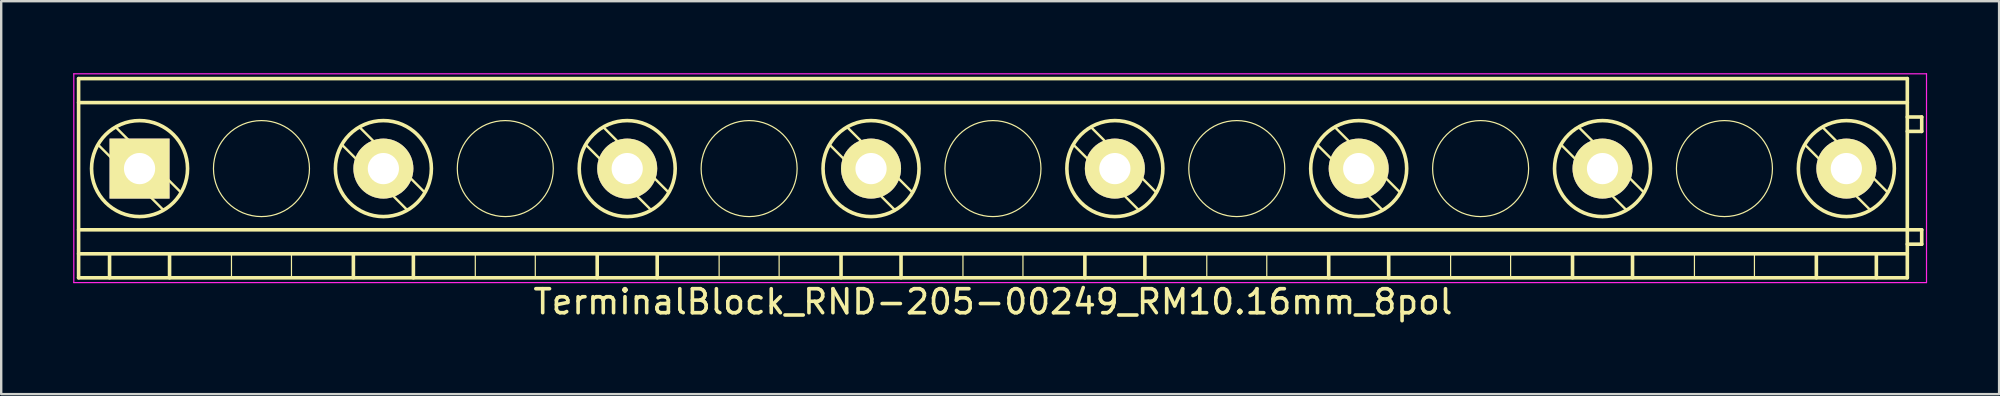
<source format=kicad_pcb>
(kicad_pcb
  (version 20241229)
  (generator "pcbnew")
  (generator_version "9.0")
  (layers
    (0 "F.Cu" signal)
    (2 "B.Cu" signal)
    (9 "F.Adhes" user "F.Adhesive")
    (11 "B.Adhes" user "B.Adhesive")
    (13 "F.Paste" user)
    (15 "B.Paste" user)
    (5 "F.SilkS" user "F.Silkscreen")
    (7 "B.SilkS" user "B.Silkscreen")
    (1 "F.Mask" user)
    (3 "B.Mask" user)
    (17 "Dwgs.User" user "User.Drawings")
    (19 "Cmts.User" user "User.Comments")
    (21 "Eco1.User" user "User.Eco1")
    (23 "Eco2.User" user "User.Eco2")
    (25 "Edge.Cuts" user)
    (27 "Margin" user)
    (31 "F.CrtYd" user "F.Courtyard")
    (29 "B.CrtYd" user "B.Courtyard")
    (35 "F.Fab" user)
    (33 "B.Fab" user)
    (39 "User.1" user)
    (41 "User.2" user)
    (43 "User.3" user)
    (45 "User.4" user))
  (footprint "TerminalBlock_RND-205-00249_RM10.16mm_8pol"
    (layer "F.Cu")
    (at 2.765 3.975)
    (property "Reference" "TerminalBlock_RND-205-00249_RM10.16mm_8pol" (at 35.56 5.55 0) (layer "F.SilkS") (effects (font (size 1 1) (thickness 0.15))))
    (attr through_hole)
    (fp_line (start -2.54 -3.75) (end 73.66 -3.75) (stroke (width 0.15) (type solid)) (layer "F.SilkS"))
    (fp_line (start -2.54 -2.75) (end 73.66 -2.75) (stroke (width 0.15) (type solid)) (layer "F.SilkS"))
    (fp_line (start -2.54 2.55) (end 73.66 2.55) (stroke (width 0.15) (type solid)) (layer "F.SilkS"))
    (fp_line (start -2.54 3.55) (end 73.66 3.55) (stroke (width 0.15) (type solid)) (layer "F.SilkS"))
    (fp_line (start -2.54 4.55) (end -2.54 -3.75) (stroke (width 0.15) (type solid)) (layer "F.SilkS"))
    (fp_line (start -1.25 3.55) (end -1.25 4.55) (stroke (width 0.15) (type solid)) (layer "F.SilkS"))
    (fp_line (start 1 1.732) (end -1.732 -1) (stroke (width 0.1) (type solid)) (layer "F.SilkS"))
    (fp_line (start 1.25 3.55) (end 1.25 4.55) (stroke (width 0.15) (type solid)) (layer "F.SilkS"))
    (fp_line (start 1.732 1) (end -1 -1.732) (stroke (width 0.1) (type solid)) (layer "F.SilkS"))
    (fp_line (start 3.83 3.55) (end 3.83 4.55) (stroke (width 0.05) (type solid)) (layer "F.SilkS"))
    (fp_line (start 6.33 3.55) (end 6.33 4.55) (stroke (width 0.05) (type solid)) (layer "F.SilkS"))
    (fp_line (start 8.91 3.55) (end 8.91 4.55) (stroke (width 0.15) (type solid)) (layer "F.SilkS"))
    (fp_line (start 11.16 1.732) (end 8.428 -1) (stroke (width 0.1) (type solid)) (layer "F.SilkS"))
    (fp_line (start 11.41 3.55) (end 11.41 4.55) (stroke (width 0.15) (type solid)) (layer "F.SilkS"))
    (fp_line (start 11.892 1) (end 9.16 -1.732) (stroke (width 0.1) (type solid)) (layer "F.SilkS"))
    (fp_line (start 13.99 3.55) (end 13.99 4.55) (stroke (width 0.05) (type solid)) (layer "F.SilkS"))
    (fp_line (start 16.49 3.55) (end 16.49 4.55) (stroke (width 0.05) (type solid)) (layer "F.SilkS"))
    (fp_line (start 19.07 3.55) (end 19.07 4.55) (stroke (width 0.15) (type solid)) (layer "F.SilkS"))
    (fp_line (start 21.32 1.732) (end 18.588 -1) (stroke (width 0.1) (type solid)) (layer "F.SilkS"))
    (fp_line (start 21.57 3.55) (end 21.57 4.55) (stroke (width 0.15) (type solid)) (layer "F.SilkS"))
    (fp_line (start 22.052 1) (end 19.32 -1.732) (stroke (width 0.1) (type solid)) (layer "F.SilkS"))
    (fp_line (start 24.15 3.55) (end 24.15 4.55) (stroke (width 0.05) (type solid)) (layer "F.SilkS"))
    (fp_line (start 26.65 3.55) (end 26.65 4.55) (stroke (width 0.05) (type solid)) (layer "F.SilkS"))
    (fp_line (start 29.23 3.55) (end 29.23 4.55) (stroke (width 0.15) (type solid)) (layer "F.SilkS"))
    (fp_line (start 31.48 1.732) (end 28.748 -1) (stroke (width 0.1) (type solid)) (layer "F.SilkS"))
    (fp_line (start 31.73 3.55) (end 31.73 4.55) (stroke (width 0.15) (type solid)) (layer "F.SilkS"))
    (fp_line (start 32.212 1) (end 29.48 -1.732) (stroke (width 0.1) (type solid)) (layer "F.SilkS"))
    (fp_line (start 34.31 3.55) (end 34.31 4.55) (stroke (width 0.05) (type solid)) (layer "F.SilkS"))
    (fp_line (start 36.81 3.55) (end 36.81 4.55) (stroke (width 0.05) (type solid)) (layer "F.SilkS"))
    (fp_line (start 39.39 3.55) (end 39.39 4.55) (stroke (width 0.15) (type solid)) (layer "F.SilkS"))
    (fp_line (start 41.64 1.732) (end 38.908 -1) (stroke (width 0.1) (type solid)) (layer "F.SilkS"))
    (fp_line (start 41.89 3.55) (end 41.89 4.55) (stroke (width 0.15) (type solid)) (layer "F.SilkS"))
    (fp_line (start 42.372 1) (end 39.64 -1.732) (stroke (width 0.1) (type solid)) (layer "F.SilkS"))
    (fp_line (start 44.47 3.55) (end 44.47 4.55) (stroke (width 0.05) (type solid)) (layer "F.SilkS"))
    (fp_line (start 46.97 3.55) (end 46.97 4.55) (stroke (width 0.05) (type solid)) (layer "F.SilkS"))
    (fp_line (start 49.55 3.55) (end 49.55 4.55) (stroke (width 0.15) (type solid)) (layer "F.SilkS"))
    (fp_line (start 51.8 1.732) (end 49.068 -1) (stroke (width 0.1) (type solid)) (layer "F.SilkS"))
    (fp_line (start 52.05 3.55) (end 52.05 4.55) (stroke (width 0.15) (type solid)) (layer "F.SilkS"))
    (fp_line (start 52.532 1) (end 49.8 -1.732) (stroke (width 0.1) (type solid)) (layer "F.SilkS"))
    (fp_line (start 54.63 3.55) (end 54.63 4.55) (stroke (width 0.05) (type solid)) (layer "F.SilkS"))
    (fp_line (start 57.13 3.55) (end 57.13 4.55) (stroke (width 0.05) (type solid)) (layer "F.SilkS"))
    (fp_line (start 59.71 3.55) (end 59.71 4.55) (stroke (width 0.15) (type solid)) (layer "F.SilkS"))
    (fp_line (start 61.96 1.732) (end 59.228 -1) (stroke (width 0.1) (type solid)) (layer "F.SilkS"))
    (fp_line (start 62.21 3.55) (end 62.21 4.55) (stroke (width 0.15) (type solid)) (layer "F.SilkS"))
    (fp_line (start 62.692 1) (end 59.96 -1.732) (stroke (width 0.1) (type solid)) (layer "F.SilkS"))
    (fp_line (start 64.79 3.55) (end 64.79 4.55) (stroke (width 0.05) (type solid)) (layer "F.SilkS"))
    (fp_line (start 67.29 3.55) (end 67.29 4.55) (stroke (width 0.05) (type solid)) (layer "F.SilkS"))
    (fp_line (start 69.87 3.55) (end 69.87 4.55) (stroke (width 0.15) (type solid)) (layer "F.SilkS"))
    (fp_line (start 72.12 1.732) (end 69.388 -1) (stroke (width 0.1) (type solid)) (layer "F.SilkS"))
    (fp_line (start 72.37 3.55) (end 72.37 4.55) (stroke (width 0.15) (type solid)) (layer "F.SilkS"))
    (fp_line (start 72.852 1) (end 70.12 -1.732) (stroke (width 0.1) (type solid)) (layer "F.SilkS"))
    (fp_line (start 73.66 -3.75) (end 73.66 4.55) (stroke (width 0.15) (type solid)) (layer "F.SilkS"))
    (fp_line (start 73.66 -2.15) (end 74.26 -2.15) (stroke (width 0.15) (type solid)) (layer "F.SilkS"))
    (fp_line (start 73.66 2.55) (end 74.26 2.55) (stroke (width 0.15) (type solid)) (layer "F.SilkS"))
    (fp_line (start 73.66 4.55) (end -2.54 4.55) (stroke (width 0.15) (type solid)) (layer "F.SilkS"))
    (fp_line (start 74.26 -2.15) (end 74.26 -1.55) (stroke (width 0.15) (type solid)) (layer "F.SilkS"))
    (fp_line (start 74.26 -1.55) (end 73.66 -1.55) (stroke (width 0.15) (type solid)) (layer "F.SilkS"))
    (fp_line (start 74.26 2.55) (end 74.26 3.15) (stroke (width 0.15) (type solid)) (layer "F.SilkS"))
    (fp_line (start 74.26 3.15) (end 73.66 3.15) (stroke (width 0.15) (type solid)) (layer "F.SilkS"))
    (fp_circle (center 0 0) (end -2 0) (stroke (width 0.15) (type solid)) (fill no) (layer "F.SilkS"))
    (fp_circle (center 5.08 0) (end 3.08 0) (stroke (width 0.05) (type solid)) (fill no) (layer "F.SilkS"))
    (fp_circle (center 10.16 0) (end 8.16 0) (stroke (width 0.15) (type solid)) (fill no) (layer "F.SilkS"))
    (fp_circle (center 15.24 0) (end 13.24 0) (stroke (width 0.05) (type solid)) (fill no) (layer "F.SilkS"))
    (fp_circle (center 20.32 0) (end 18.32 0) (stroke (width 0.15) (type solid)) (fill no) (layer "F.SilkS"))
    (fp_circle (center 25.4 0) (end 23.4 0) (stroke (width 0.05) (type solid)) (fill no) (layer "F.SilkS"))
    (fp_circle (center 30.48 0) (end 28.48 0) (stroke (width 0.15) (type solid)) (fill no) (layer "F.SilkS"))
    (fp_circle (center 35.56 0) (end 33.56 0) (stroke (width 0.05) (type solid)) (fill no) (layer "F.SilkS"))
    (fp_circle (center 40.64 0) (end 38.64 0) (stroke (width 0.15) (type solid)) (fill no) (layer "F.SilkS"))
    (fp_circle (center 45.72 0) (end 43.72 0) (stroke (width 0.05) (type solid)) (fill no) (layer "F.SilkS"))
    (fp_circle (center 50.8 0) (end 48.8 0) (stroke (width 0.15) (type solid)) (fill no) (layer "F.SilkS"))
    (fp_circle (center 55.88 0) (end 53.88 0) (stroke (width 0.05) (type solid)) (fill no) (layer "F.SilkS"))
    (fp_circle (center 60.96 0) (end 58.96 0) (stroke (width 0.15) (type solid)) (fill no) (layer "F.SilkS"))
    (fp_circle (center 66.04 0) (end 64.04 0) (stroke (width 0.05) (type solid)) (fill no) (layer "F.SilkS"))
    (fp_circle (center 71.12 0) (end 69.12 0) (stroke (width 0.15) (type solid)) (fill no) (layer "F.SilkS"))
    (fp_line (start -2.74 -3.95) (end 74.46 -3.95) (stroke (width 0.05) (type solid)) (layer "F.CrtYd"))
    (fp_line (start -2.74 4.75) (end -2.74 -3.95) (stroke (width 0.05) (type solid)) (layer "F.CrtYd"))
    (fp_line (start 74.46 -3.95) (end 74.46 4.75) (stroke (width 0.05) (type solid)) (layer "F.CrtYd"))
    (fp_line (start 74.46 4.75) (end -2.74 4.75) (stroke (width 0.05) (type solid)) (layer "F.CrtYd"))
    (pad "1" thru_hole rect (at 0 0) (size 2.5 2.5) (drill 1.3) (layers "*.Cu" "*.Mask" "F.SilkS"))
    (pad "2" thru_hole circle (at 10.16 0) (size 2.5 2.5) (drill 1.3) (layers "*.Cu" "*.Mask" "F.SilkS"))
    (pad "3" thru_hole circle (at 20.32 0) (size 2.5 2.5) (drill 1.3) (layers "*.Cu" "*.Mask" "F.SilkS"))
    (pad "4" thru_hole circle (at 30.48 0) (size 2.5 2.5) (drill 1.3) (layers "*.Cu" "*.Mask" "F.SilkS"))
    (pad "5" thru_hole circle (at 40.64 0) (size 2.5 2.5) (drill 1.3) (layers "*.Cu" "*.Mask" "F.SilkS"))
    (pad "6" thru_hole circle (at 50.8 0) (size 2.5 2.5) (drill 1.3) (layers "*.Cu" "*.Mask" "F.SilkS"))
    (pad "7" thru_hole circle (at 60.96 0) (size 2.5 2.5) (drill 1.3) (layers "*.Cu" "*.Mask" "F.SilkS"))
    (pad "8" thru_hole circle (at 71.12 0) (size 2.5 2.5) (drill 1.3) (layers "*.Cu" "*.Mask" "F.SilkS")))
  (gr_rect
    (start -3 -3)
    (end 80.25 13.373)
    (stroke (width 0.1) (type default))
    (fill no)
    (layer "Edge.Cuts")))
</source>
